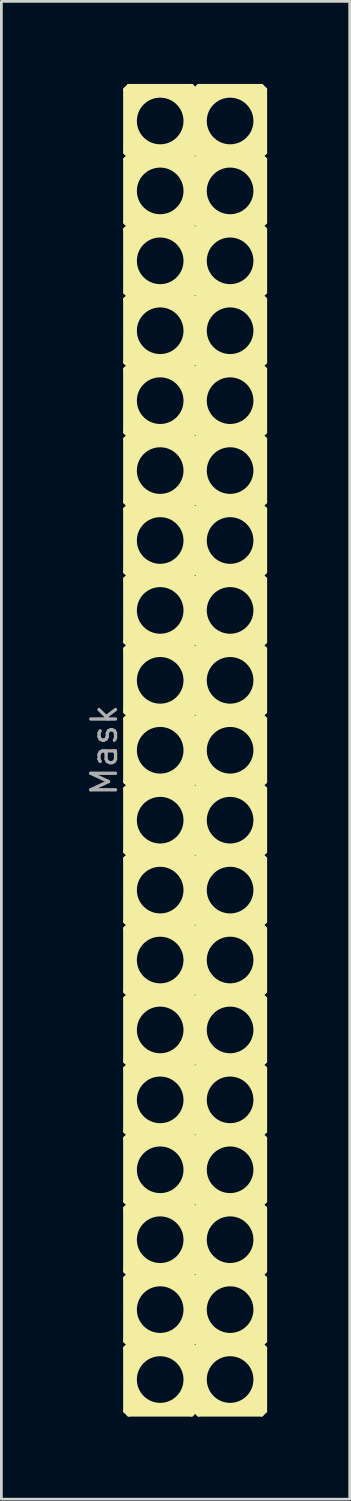
<source format=kicad_pcb>
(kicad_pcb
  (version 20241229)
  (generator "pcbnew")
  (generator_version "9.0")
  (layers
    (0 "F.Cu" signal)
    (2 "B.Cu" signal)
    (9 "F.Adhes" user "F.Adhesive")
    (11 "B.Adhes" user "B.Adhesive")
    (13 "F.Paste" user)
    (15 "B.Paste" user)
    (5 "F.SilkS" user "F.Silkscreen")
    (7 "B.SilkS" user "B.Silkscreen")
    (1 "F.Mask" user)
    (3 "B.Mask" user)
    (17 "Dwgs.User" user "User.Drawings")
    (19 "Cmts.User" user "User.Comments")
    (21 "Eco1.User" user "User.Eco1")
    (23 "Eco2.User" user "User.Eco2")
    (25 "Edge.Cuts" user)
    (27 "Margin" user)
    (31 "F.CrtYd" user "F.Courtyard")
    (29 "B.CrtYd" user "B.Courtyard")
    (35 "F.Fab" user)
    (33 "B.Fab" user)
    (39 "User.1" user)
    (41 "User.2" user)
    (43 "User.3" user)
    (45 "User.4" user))
  (footprint "Mask"
    (layer "F.Cu")
    (at 4.039 24.205)
    (property "Reference" "Mask" (at -3.302 0 90) (layer "F.Fab") (effects (font (size 0.9 0.9) (thickness 0.12))))
    (attr through_hole)
    (fp_line (start -2.54 -24.003) (end -2.413 -24.13) (stroke (width 0.15) (type solid)) (layer "F.SilkS"))
    (fp_line (start -2.54 -21.717) (end -2.54 -24.003) (stroke (width 0.15) (type solid)) (layer "F.SilkS"))
    (fp_line (start -2.54 -21.463) (end -2.413 -21.59) (stroke (width 0.15) (type solid)) (layer "F.SilkS"))
    (fp_line (start -2.54 -19.177) (end -2.54 -21.463) (stroke (width 0.15) (type solid)) (layer "F.SilkS"))
    (fp_line (start -2.54 -18.923) (end -2.413 -19.05) (stroke (width 0.15) (type solid)) (layer "F.SilkS"))
    (fp_line (start -2.54 -16.637) (end -2.54 -18.923) (stroke (width 0.15) (type solid)) (layer "F.SilkS"))
    (fp_line (start -2.54 -16.383) (end -2.413 -16.51) (stroke (width 0.15) (type solid)) (layer "F.SilkS"))
    (fp_line (start -2.54 -14.097) (end -2.54 -16.383) (stroke (width 0.15) (type solid)) (layer "F.SilkS"))
    (fp_line (start -2.54 -13.843) (end -2.413 -13.97) (stroke (width 0.15) (type solid)) (layer "F.SilkS"))
    (fp_line (start -2.54 -11.557) (end -2.54 -13.843) (stroke (width 0.15) (type solid)) (layer "F.SilkS"))
    (fp_line (start -2.54 -11.303) (end -2.413 -11.43) (stroke (width 0.15) (type solid)) (layer "F.SilkS"))
    (fp_line (start -2.54 -9.017) (end -2.54 -11.303) (stroke (width 0.15) (type solid)) (layer "F.SilkS"))
    (fp_line (start -2.54 -8.763) (end -2.413 -8.89) (stroke (width 0.15) (type solid)) (layer "F.SilkS"))
    (fp_line (start -2.54 -6.477) (end -2.54 -8.763) (stroke (width 0.15) (type solid)) (layer "F.SilkS"))
    (fp_line (start -2.54 -6.223) (end -2.413 -6.35) (stroke (width 0.15) (type solid)) (layer "F.SilkS"))
    (fp_line (start -2.54 -3.937) (end -2.54 -6.223) (stroke (width 0.15) (type solid)) (layer "F.SilkS"))
    (fp_line (start -2.54 -3.683) (end -2.413 -3.81) (stroke (width 0.15) (type solid)) (layer "F.SilkS"))
    (fp_line (start -2.54 -1.397) (end -2.54 -3.683) (stroke (width 0.15) (type solid)) (layer "F.SilkS"))
    (fp_line (start -2.54 -1.143) (end -2.413 -1.27) (stroke (width 0.15) (type solid)) (layer "F.SilkS"))
    (fp_line (start -2.54 1.143) (end -2.54 -1.143) (stroke (width 0.15) (type solid)) (layer "F.SilkS"))
    (fp_line (start -2.54 1.397) (end -2.413 1.27) (stroke (width 0.15) (type solid)) (layer "F.SilkS"))
    (fp_line (start -2.54 3.683) (end -2.54 1.397) (stroke (width 0.15) (type solid)) (layer "F.SilkS"))
    (fp_line (start -2.54 3.937) (end -2.413 3.81) (stroke (width 0.15) (type solid)) (layer "F.SilkS"))
    (fp_line (start -2.54 6.223) (end -2.54 3.937) (stroke (width 0.15) (type solid)) (layer "F.SilkS"))
    (fp_line (start -2.54 6.477) (end -2.413 6.35) (stroke (width 0.15) (type solid)) (layer "F.SilkS"))
    (fp_line (start -2.54 8.763) (end -2.54 6.477) (stroke (width 0.15) (type solid)) (layer "F.SilkS"))
    (fp_line (start -2.54 9.017) (end -2.413 8.89) (stroke (width 0.15) (type solid)) (layer "F.SilkS"))
    (fp_line (start -2.54 11.303) (end -2.54 9.017) (stroke (width 0.15) (type solid)) (layer "F.SilkS"))
    (fp_line (start -2.54 11.557) (end -2.413 11.43) (stroke (width 0.15) (type solid)) (layer "F.SilkS"))
    (fp_line (start -2.54 13.843) (end -2.54 11.557) (stroke (width 0.15) (type solid)) (layer "F.SilkS"))
    (fp_line (start -2.54 14.097) (end -2.413 13.97) (stroke (width 0.15) (type solid)) (layer "F.SilkS"))
    (fp_line (start -2.54 16.383) (end -2.54 14.097) (stroke (width 0.15) (type solid)) (layer "F.SilkS"))
    (fp_line (start -2.54 16.637) (end -2.413 16.51) (stroke (width 0.15) (type solid)) (layer "F.SilkS"))
    (fp_line (start -2.54 18.923) (end -2.54 16.637) (stroke (width 0.15) (type solid)) (layer "F.SilkS"))
    (fp_line (start -2.54 19.177) (end -2.413 19.05) (stroke (width 0.15) (type solid)) (layer "F.SilkS"))
    (fp_line (start -2.54 21.463) (end -2.54 19.177) (stroke (width 0.15) (type solid)) (layer "F.SilkS"))
    (fp_line (start -2.54 21.717) (end -2.413 21.59) (stroke (width 0.15) (type solid)) (layer "F.SilkS"))
    (fp_line (start -2.54 24.003) (end -2.54 21.717) (stroke (width 0.15) (type solid)) (layer "F.SilkS"))
    (fp_line (start -2.413 -21.59) (end -2.54 -21.717) (stroke (width 0.15) (type solid)) (layer "F.SilkS"))
    (fp_line (start -2.413 -19.05) (end -2.54 -19.177) (stroke (width 0.15) (type solid)) (layer "F.SilkS"))
    (fp_line (start -2.413 -16.51) (end -2.54 -16.637) (stroke (width 0.15) (type solid)) (layer "F.SilkS"))
    (fp_line (start -2.413 -13.97) (end -2.54 -14.097) (stroke (width 0.15) (type solid)) (layer "F.SilkS"))
    (fp_line (start -2.413 -11.43) (end -2.54 -11.557) (stroke (width 0.15) (type solid)) (layer "F.SilkS"))
    (fp_line (start -2.413 -8.89) (end -2.54 -9.017) (stroke (width 0.15) (type solid)) (layer "F.SilkS"))
    (fp_line (start -2.413 -6.35) (end -2.54 -6.477) (stroke (width 0.15) (type solid)) (layer "F.SilkS"))
    (fp_line (start -2.413 -3.81) (end -2.54 -3.937) (stroke (width 0.15) (type solid)) (layer "F.SilkS"))
    (fp_line (start -2.413 -1.27) (end -2.54 -1.397) (stroke (width 0.15) (type solid)) (layer "F.SilkS"))
    (fp_line (start -2.413 1.27) (end -2.54 1.143) (stroke (width 0.15) (type solid)) (layer "F.SilkS"))
    (fp_line (start -2.413 3.81) (end -2.54 3.683) (stroke (width 0.15) (type solid)) (layer "F.SilkS"))
    (fp_line (start -2.413 6.35) (end -2.54 6.223) (stroke (width 0.15) (type solid)) (layer "F.SilkS"))
    (fp_line (start -2.413 8.89) (end -2.54 8.763) (stroke (width 0.15) (type solid)) (layer "F.SilkS"))
    (fp_line (start -2.413 11.43) (end -2.54 11.303) (stroke (width 0.15) (type solid)) (layer "F.SilkS"))
    (fp_line (start -2.413 13.97) (end -2.54 13.843) (stroke (width 0.15) (type solid)) (layer "F.SilkS"))
    (fp_line (start -2.413 16.51) (end -2.54 16.383) (stroke (width 0.15) (type solid)) (layer "F.SilkS"))
    (fp_line (start -2.413 19.05) (end -2.54 18.923) (stroke (width 0.15) (type solid)) (layer "F.SilkS"))
    (fp_line (start -2.413 21.59) (end -2.54 21.463) (stroke (width 0.15) (type solid)) (layer "F.SilkS"))
    (fp_line (start -2.413 24.13) (end -2.54 24.003) (stroke (width 0.15) (type solid)) (layer "F.SilkS"))
    (fp_line (start -0.127 -24.13) (end -2.413 -24.13) (stroke (width 0.15) (type solid)) (layer "F.SilkS"))
    (fp_line (start -0.127 -21.59) (end -2.413 -21.59) (stroke (width 0.15) (type solid)) (layer "F.SilkS"))
    (fp_line (start -0.127 -19.05) (end -2.413 -19.05) (stroke (width 0.15) (type solid)) (layer "F.SilkS"))
    (fp_line (start -0.127 -16.51) (end -2.413 -16.51) (stroke (width 0.15) (type solid)) (layer "F.SilkS"))
    (fp_line (start -0.127 -13.97) (end -2.413 -13.97) (stroke (width 0.15) (type solid)) (layer "F.SilkS"))
    (fp_line (start -0.127 -11.43) (end -2.413 -11.43) (stroke (width 0.15) (type solid)) (layer "F.SilkS"))
    (fp_line (start -0.127 -8.89) (end -2.413 -8.89) (stroke (width 0.15) (type solid)) (layer "F.SilkS"))
    (fp_line (start -0.127 -6.35) (end -2.413 -6.35) (stroke (width 0.15) (type solid)) (layer "F.SilkS"))
    (fp_line (start -0.127 -3.81) (end -2.413 -3.81) (stroke (width 0.15) (type solid)) (layer "F.SilkS"))
    (fp_line (start -0.127 -1.27) (end -2.413 -1.27) (stroke (width 0.15) (type solid)) (layer "F.SilkS"))
    (fp_line (start -0.127 1.27) (end -2.413 1.27) (stroke (width 0.15) (type solid)) (layer "F.SilkS"))
    (fp_line (start -0.127 3.81) (end -2.413 3.81) (stroke (width 0.15) (type solid)) (layer "F.SilkS"))
    (fp_line (start -0.127 6.35) (end -2.413 6.35) (stroke (width 0.15) (type solid)) (layer "F.SilkS"))
    (fp_line (start -0.127 8.89) (end -2.413 8.89) (stroke (width 0.15) (type solid)) (layer "F.SilkS"))
    (fp_line (start -0.127 11.43) (end -2.413 11.43) (stroke (width 0.15) (type solid)) (layer "F.SilkS"))
    (fp_line (start -0.127 13.97) (end -2.413 13.97) (stroke (width 0.15) (type solid)) (layer "F.SilkS"))
    (fp_line (start -0.127 16.51) (end -2.413 16.51) (stroke (width 0.15) (type solid)) (layer "F.SilkS"))
    (fp_line (start -0.127 19.05) (end -2.413 19.05) (stroke (width 0.15) (type solid)) (layer "F.SilkS"))
    (fp_line (start -0.127 21.59) (end -2.413 21.59) (stroke (width 0.15) (type solid)) (layer "F.SilkS"))
    (fp_line (start -0.127 24.13) (end -2.413 24.13) (stroke (width 0.15) (type solid)) (layer "F.SilkS"))
    (fp_line (start 0 -24.003) (end -0.127 -24.13) (stroke (width 0.15) (type solid)) (layer "F.SilkS"))
    (fp_line (start 0 -24.003) (end 0.127 -24.13) (stroke (width 0.15) (type solid)) (layer "F.SilkS"))
    (fp_line (start 0 -21.717) (end -0.127 -21.59) (stroke (width 0.15) (type solid)) (layer "F.SilkS"))
    (fp_line (start 0 -21.717) (end 0 -24.003) (stroke (width 0.15) (type solid)) (layer "F.SilkS"))
    (fp_line (start 0 -21.717) (end 0.127 -21.59) (stroke (width 0.15) (type solid)) (layer "F.SilkS"))
    (fp_line (start 0 -21.463) (end -0.127 -21.59) (stroke (width 0.15) (type solid)) (layer "F.SilkS"))
    (fp_line (start 0 -21.463) (end 0.127 -21.59) (stroke (width 0.15) (type solid)) (layer "F.SilkS"))
    (fp_line (start 0 -19.177) (end -0.127 -19.05) (stroke (width 0.15) (type solid)) (layer "F.SilkS"))
    (fp_line (start 0 -19.177) (end 0 -21.463) (stroke (width 0.15) (type solid)) (layer "F.SilkS"))
    (fp_line (start 0 -19.177) (end 0.127 -19.05) (stroke (width 0.15) (type solid)) (layer "F.SilkS"))
    (fp_line (start 0 -18.923) (end -0.127 -19.05) (stroke (width 0.15) (type solid)) (layer "F.SilkS"))
    (fp_line (start 0 -18.923) (end 0.127 -19.05) (stroke (width 0.15) (type solid)) (layer "F.SilkS"))
    (fp_line (start 0 -16.637) (end -0.127 -16.51) (stroke (width 0.15) (type solid)) (layer "F.SilkS"))
    (fp_line (start 0 -16.637) (end 0 -18.923) (stroke (width 0.15) (type solid)) (layer "F.SilkS"))
    (fp_line (start 0 -16.637) (end 0.127 -16.51) (stroke (width 0.15) (type solid)) (layer "F.SilkS"))
    (fp_line (start 0 -16.383) (end -0.127 -16.51) (stroke (width 0.15) (type solid)) (layer "F.SilkS"))
    (fp_line (start 0 -16.383) (end 0.127 -16.51) (stroke (width 0.15) (type solid)) (layer "F.SilkS"))
    (fp_line (start 0 -14.097) (end -0.127 -13.97) (stroke (width 0.15) (type solid)) (layer "F.SilkS"))
    (fp_line (start 0 -14.097) (end 0 -16.383) (stroke (width 0.15) (type solid)) (layer "F.SilkS"))
    (fp_line (start 0 -14.097) (end 0.127 -13.97) (stroke (width 0.15) (type solid)) (layer "F.SilkS"))
    (fp_line (start 0 -13.843) (end -0.127 -13.97) (stroke (width 0.15) (type solid)) (layer "F.SilkS"))
    (fp_line (start 0 -13.843) (end 0.127 -13.97) (stroke (width 0.15) (type solid)) (layer "F.SilkS"))
    (fp_line (start 0 -11.557) (end -0.127 -11.43) (stroke (width 0.15) (type solid)) (layer "F.SilkS"))
    (fp_line (start 0 -11.557) (end 0 -13.843) (stroke (width 0.15) (type solid)) (layer "F.SilkS"))
    (fp_line (start 0 -11.557) (end 0.127 -11.43) (stroke (width 0.15) (type solid)) (layer "F.SilkS"))
    (fp_line (start 0 -11.303) (end -0.127 -11.43) (stroke (width 0.15) (type solid)) (layer "F.SilkS"))
    (fp_line (start 0 -11.303) (end 0.127 -11.43) (stroke (width 0.15) (type solid)) (layer "F.SilkS"))
    (fp_line (start 0 -9.017) (end -0.127 -8.89) (stroke (width 0.15) (type solid)) (layer "F.SilkS"))
    (fp_line (start 0 -9.017) (end 0 -11.303) (stroke (width 0.15) (type solid)) (layer "F.SilkS"))
    (fp_line (start 0 -9.017) (end 0.127 -8.89) (stroke (width 0.15) (type solid)) (layer "F.SilkS"))
    (fp_line (start 0 -8.763) (end -0.127 -8.89) (stroke (width 0.15) (type solid)) (layer "F.SilkS"))
    (fp_line (start 0 -8.763) (end 0.127 -8.89) (stroke (width 0.15) (type solid)) (layer "F.SilkS"))
    (fp_line (start 0 -6.477) (end -0.127 -6.35) (stroke (width 0.15) (type solid)) (layer "F.SilkS"))
    (fp_line (start 0 -6.477) (end 0 -8.763) (stroke (width 0.15) (type solid)) (layer "F.SilkS"))
    (fp_line (start 0 -6.477) (end 0.127 -6.35) (stroke (width 0.15) (type solid)) (layer "F.SilkS"))
    (fp_line (start 0 -6.223) (end -0.127 -6.35) (stroke (width 0.15) (type solid)) (layer "F.SilkS"))
    (fp_line (start 0 -6.223) (end 0.127 -6.35) (stroke (width 0.15) (type solid)) (layer "F.SilkS"))
    (fp_line (start 0 -3.937) (end -0.127 -3.81) (stroke (width 0.15) (type solid)) (layer "F.SilkS"))
    (fp_line (start 0 -3.937) (end 0 -6.223) (stroke (width 0.15) (type solid)) (layer "F.SilkS"))
    (fp_line (start 0 -3.937) (end 0.127 -3.81) (stroke (width 0.15) (type solid)) (layer "F.SilkS"))
    (fp_line (start 0 -3.683) (end -0.127 -3.81) (stroke (width 0.15) (type solid)) (layer "F.SilkS"))
    (fp_line (start 0 -3.683) (end 0.127 -3.81) (stroke (width 0.15) (type solid)) (layer "F.SilkS"))
    (fp_line (start 0 -1.397) (end -0.127 -1.27) (stroke (width 0.15) (type solid)) (layer "F.SilkS"))
    (fp_line (start 0 -1.397) (end 0 -3.683) (stroke (width 0.15) (type solid)) (layer "F.SilkS"))
    (fp_line (start 0 -1.397) (end 0.127 -1.27) (stroke (width 0.15) (type solid)) (layer "F.SilkS"))
    (fp_line (start 0 -1.143) (end -0.127 -1.27) (stroke (width 0.15) (type solid)) (layer "F.SilkS"))
    (fp_line (start 0 -1.143) (end 0.127 -1.27) (stroke (width 0.15) (type solid)) (layer "F.SilkS"))
    (fp_line (start 0 1.143) (end -0.127 1.27) (stroke (width 0.15) (type solid)) (layer "F.SilkS"))
    (fp_line (start 0 1.143) (end 0 -1.143) (stroke (width 0.15) (type solid)) (layer "F.SilkS"))
    (fp_line (start 0 1.143) (end 0.127 1.27) (stroke (width 0.15) (type solid)) (layer "F.SilkS"))
    (fp_line (start 0 1.397) (end -0.127 1.27) (stroke (width 0.15) (type solid)) (layer "F.SilkS"))
    (fp_line (start 0 1.397) (end 0.127 1.27) (stroke (width 0.15) (type solid)) (layer "F.SilkS"))
    (fp_line (start 0 3.683) (end -0.127 3.81) (stroke (width 0.15) (type solid)) (layer "F.SilkS"))
    (fp_line (start 0 3.683) (end 0 1.397) (stroke (width 0.15) (type solid)) (layer "F.SilkS"))
    (fp_line (start 0 3.683) (end 0.127 3.81) (stroke (width 0.15) (type solid)) (layer "F.SilkS"))
    (fp_line (start 0 3.937) (end -0.127 3.81) (stroke (width 0.15) (type solid)) (layer "F.SilkS"))
    (fp_line (start 0 3.937) (end 0.127 3.81) (stroke (width 0.15) (type solid)) (layer "F.SilkS"))
    (fp_line (start 0 6.223) (end -0.127 6.35) (stroke (width 0.15) (type solid)) (layer "F.SilkS"))
    (fp_line (start 0 6.223) (end 0 3.937) (stroke (width 0.15) (type solid)) (layer "F.SilkS"))
    (fp_line (start 0 6.223) (end 0.127 6.35) (stroke (width 0.15) (type solid)) (layer "F.SilkS"))
    (fp_line (start 0 6.477) (end -0.127 6.35) (stroke (width 0.15) (type solid)) (layer "F.SilkS"))
    (fp_line (start 0 6.477) (end 0.127 6.35) (stroke (width 0.15) (type solid)) (layer "F.SilkS"))
    (fp_line (start 0 8.763) (end -0.127 8.89) (stroke (width 0.15) (type solid)) (layer "F.SilkS"))
    (fp_line (start 0 8.763) (end 0 6.477) (stroke (width 0.15) (type solid)) (layer "F.SilkS"))
    (fp_line (start 0 8.763) (end 0.127 8.89) (stroke (width 0.15) (type solid)) (layer "F.SilkS"))
    (fp_line (start 0 9.017) (end -0.127 8.89) (stroke (width 0.15) (type solid)) (layer "F.SilkS"))
    (fp_line (start 0 9.017) (end 0.127 8.89) (stroke (width 0.15) (type solid)) (layer "F.SilkS"))
    (fp_line (start 0 11.303) (end -0.127 11.43) (stroke (width 0.15) (type solid)) (layer "F.SilkS"))
    (fp_line (start 0 11.303) (end 0 9.017) (stroke (width 0.15) (type solid)) (layer "F.SilkS"))
    (fp_line (start 0 11.303) (end 0.127 11.43) (stroke (width 0.15) (type solid)) (layer "F.SilkS"))
    (fp_line (start 0 11.557) (end -0.127 11.43) (stroke (width 0.15) (type solid)) (layer "F.SilkS"))
    (fp_line (start 0 11.557) (end 0.127 11.43) (stroke (width 0.15) (type solid)) (layer "F.SilkS"))
    (fp_line (start 0 13.843) (end -0.127 13.97) (stroke (width 0.15) (type solid)) (layer "F.SilkS"))
    (fp_line (start 0 13.843) (end 0 11.557) (stroke (width 0.15) (type solid)) (layer "F.SilkS"))
    (fp_line (start 0 13.843) (end 0.127 13.97) (stroke (width 0.15) (type solid)) (layer "F.SilkS"))
    (fp_line (start 0 14.097) (end -0.127 13.97) (stroke (width 0.15) (type solid)) (layer "F.SilkS"))
    (fp_line (start 0 14.097) (end 0.127 13.97) (stroke (width 0.15) (type solid)) (layer "F.SilkS"))
    (fp_line (start 0 16.383) (end -0.127 16.51) (stroke (width 0.15) (type solid)) (layer "F.SilkS"))
    (fp_line (start 0 16.383) (end 0 14.097) (stroke (width 0.15) (type solid)) (layer "F.SilkS"))
    (fp_line (start 0 16.383) (end 0.127 16.51) (stroke (width 0.15) (type solid)) (layer "F.SilkS"))
    (fp_line (start 0 16.637) (end -0.127 16.51) (stroke (width 0.15) (type solid)) (layer "F.SilkS"))
    (fp_line (start 0 16.637) (end 0.127 16.51) (stroke (width 0.15) (type solid)) (layer "F.SilkS"))
    (fp_line (start 0 18.923) (end -0.127 19.05) (stroke (width 0.15) (type solid)) (layer "F.SilkS"))
    (fp_line (start 0 18.923) (end 0 16.637) (stroke (width 0.15) (type solid)) (layer "F.SilkS"))
    (fp_line (start 0 18.923) (end 0.127 19.05) (stroke (width 0.15) (type solid)) (layer "F.SilkS"))
    (fp_line (start 0 19.177) (end -0.127 19.05) (stroke (width 0.15) (type solid)) (layer "F.SilkS"))
    (fp_line (start 0 19.177) (end 0.127 19.05) (stroke (width 0.15) (type solid)) (layer "F.SilkS"))
    (fp_line (start 0 21.463) (end -0.127 21.59) (stroke (width 0.15) (type solid)) (layer "F.SilkS"))
    (fp_line (start 0 21.463) (end 0 19.177) (stroke (width 0.15) (type solid)) (layer "F.SilkS"))
    (fp_line (start 0 21.463) (end 0.127 21.59) (stroke (width 0.15) (type solid)) (layer "F.SilkS"))
    (fp_line (start 0 21.717) (end -0.127 21.59) (stroke (width 0.15) (type solid)) (layer "F.SilkS"))
    (fp_line (start 0 21.717) (end 0.127 21.59) (stroke (width 0.15) (type solid)) (layer "F.SilkS"))
    (fp_line (start 0 24.003) (end -0.127 24.13) (stroke (width 0.15) (type solid)) (layer "F.SilkS"))
    (fp_line (start 0 24.003) (end 0 21.717) (stroke (width 0.15) (type solid)) (layer "F.SilkS"))
    (fp_line (start 0 24.003) (end 0.127 24.13) (stroke (width 0.15) (type solid)) (layer "F.SilkS"))
    (fp_line (start 0.127 -21.59) (end 2.413 -21.59) (stroke (width 0.15) (type solid)) (layer "F.SilkS"))
    (fp_line (start 0.127 -19.05) (end 2.413 -19.05) (stroke (width 0.15) (type solid)) (layer "F.SilkS"))
    (fp_line (start 0.127 -16.51) (end 2.413 -16.51) (stroke (width 0.15) (type solid)) (layer "F.SilkS"))
    (fp_line (start 0.127 -13.97) (end 2.413 -13.97) (stroke (width 0.15) (type solid)) (layer "F.SilkS"))
    (fp_line (start 0.127 -11.43) (end 2.413 -11.43) (stroke (width 0.15) (type solid)) (layer "F.SilkS"))
    (fp_line (start 0.127 -8.89) (end 2.413 -8.89) (stroke (width 0.15) (type solid)) (layer "F.SilkS"))
    (fp_line (start 0.127 -6.35) (end 2.413 -6.35) (stroke (width 0.15) (type solid)) (layer "F.SilkS"))
    (fp_line (start 0.127 -3.81) (end 2.413 -3.81) (stroke (width 0.15) (type solid)) (layer "F.SilkS"))
    (fp_line (start 0.127 -1.27) (end 2.413 -1.27) (stroke (width 0.15) (type solid)) (layer "F.SilkS"))
    (fp_line (start 0.127 1.27) (end 2.413 1.27) (stroke (width 0.15) (type solid)) (layer "F.SilkS"))
    (fp_line (start 0.127 3.81) (end 2.413 3.81) (stroke (width 0.15) (type solid)) (layer "F.SilkS"))
    (fp_line (start 0.127 6.35) (end 2.413 6.35) (stroke (width 0.15) (type solid)) (layer "F.SilkS"))
    (fp_line (start 0.127 8.89) (end 2.413 8.89) (stroke (width 0.15) (type solid)) (layer "F.SilkS"))
    (fp_line (start 0.127 11.43) (end 2.413 11.43) (stroke (width 0.15) (type solid)) (layer "F.SilkS"))
    (fp_line (start 0.127 13.97) (end 2.413 13.97) (stroke (width 0.15) (type solid)) (layer "F.SilkS"))
    (fp_line (start 0.127 16.51) (end 2.413 16.51) (stroke (width 0.15) (type solid)) (layer "F.SilkS"))
    (fp_line (start 0.127 19.05) (end 2.413 19.05) (stroke (width 0.15) (type solid)) (layer "F.SilkS"))
    (fp_line (start 0.127 21.59) (end 2.413 21.59) (stroke (width 0.15) (type solid)) (layer "F.SilkS"))
    (fp_line (start 0.127 24.13) (end 2.413 24.13) (stroke (width 0.15) (type solid)) (layer "F.SilkS"))
    (fp_line (start 2.413 -24.13) (end 0.127 -24.13) (stroke (width 0.15) (type solid)) (layer "F.SilkS"))
    (fp_line (start 2.413 -21.59) (end 2.54 -21.717) (stroke (width 0.15) (type solid)) (layer "F.SilkS"))
    (fp_line (start 2.413 -19.05) (end 2.54 -19.177) (stroke (width 0.15) (type solid)) (layer "F.SilkS"))
    (fp_line (start 2.413 -16.51) (end 2.54 -16.637) (stroke (width 0.15) (type solid)) (layer "F.SilkS"))
    (fp_line (start 2.413 -13.97) (end 2.54 -14.097) (stroke (width 0.15) (type solid)) (layer "F.SilkS"))
    (fp_line (start 2.413 -11.43) (end 2.54 -11.557) (stroke (width 0.15) (type solid)) (layer "F.SilkS"))
    (fp_line (start 2.413 -8.89) (end 2.54 -9.017) (stroke (width 0.15) (type solid)) (layer "F.SilkS"))
    (fp_line (start 2.413 -6.35) (end 2.54 -6.477) (stroke (width 0.15) (type solid)) (layer "F.SilkS"))
    (fp_line (start 2.413 -3.81) (end 2.54 -3.937) (stroke (width 0.15) (type solid)) (layer "F.SilkS"))
    (fp_line (start 2.413 -1.27) (end 2.54 -1.397) (stroke (width 0.15) (type solid)) (layer "F.SilkS"))
    (fp_line (start 2.413 1.27) (end 2.54 1.143) (stroke (width 0.15) (type solid)) (layer "F.SilkS"))
    (fp_line (start 2.413 3.81) (end 2.54 3.683) (stroke (width 0.15) (type solid)) (layer "F.SilkS"))
    (fp_line (start 2.413 6.35) (end 2.54 6.223) (stroke (width 0.15) (type solid)) (layer "F.SilkS"))
    (fp_line (start 2.413 8.89) (end 2.54 8.763) (stroke (width 0.15) (type solid)) (layer "F.SilkS"))
    (fp_line (start 2.413 11.43) (end 2.54 11.303) (stroke (width 0.15) (type solid)) (layer "F.SilkS"))
    (fp_line (start 2.413 13.97) (end 2.54 13.843) (stroke (width 0.15) (type solid)) (layer "F.SilkS"))
    (fp_line (start 2.413 16.51) (end 2.54 16.383) (stroke (width 0.15) (type solid)) (layer "F.SilkS"))
    (fp_line (start 2.413 19.05) (end 2.54 18.923) (stroke (width 0.15) (type solid)) (layer "F.SilkS"))
    (fp_line (start 2.413 21.59) (end 2.54 21.463) (stroke (width 0.15) (type solid)) (layer "F.SilkS"))
    (fp_line (start 2.413 24.13) (end 2.54 24.003) (stroke (width 0.15) (type solid)) (layer "F.SilkS"))
    (fp_line (start 2.54 -24.003) (end 2.413 -24.13) (stroke (width 0.15) (type solid)) (layer "F.SilkS"))
    (fp_line (start 2.54 -21.717) (end 2.54 -24.003) (stroke (width 0.15) (type solid)) (layer "F.SilkS"))
    (fp_line (start 2.54 -21.463) (end 2.413 -21.59) (stroke (width 0.15) (type solid)) (layer "F.SilkS"))
    (fp_line (start 2.54 -19.177) (end 2.54 -21.463) (stroke (width 0.15) (type solid)) (layer "F.SilkS"))
    (fp_line (start 2.54 -18.923) (end 2.413 -19.05) (stroke (width 0.15) (type solid)) (layer "F.SilkS"))
    (fp_line (start 2.54 -16.637) (end 2.54 -18.923) (stroke (width 0.15) (type solid)) (layer "F.SilkS"))
    (fp_line (start 2.54 -16.383) (end 2.413 -16.51) (stroke (width 0.15) (type solid)) (layer "F.SilkS"))
    (fp_line (start 2.54 -14.097) (end 2.54 -16.383) (stroke (width 0.15) (type solid)) (layer "F.SilkS"))
    (fp_line (start 2.54 -13.843) (end 2.413 -13.97) (stroke (width 0.15) (type solid)) (layer "F.SilkS"))
    (fp_line (start 2.54 -11.557) (end 2.54 -13.843) (stroke (width 0.15) (type solid)) (layer "F.SilkS"))
    (fp_line (start 2.54 -11.303) (end 2.413 -11.43) (stroke (width 0.15) (type solid)) (layer "F.SilkS"))
    (fp_line (start 2.54 -9.017) (end 2.54 -11.303) (stroke (width 0.15) (type solid)) (layer "F.SilkS"))
    (fp_line (start 2.54 -8.763) (end 2.413 -8.89) (stroke (width 0.15) (type solid)) (layer "F.SilkS"))
    (fp_line (start 2.54 -6.477) (end 2.54 -8.763) (stroke (width 0.15) (type solid)) (layer "F.SilkS"))
    (fp_line (start 2.54 -6.223) (end 2.413 -6.35) (stroke (width 0.15) (type solid)) (layer "F.SilkS"))
    (fp_line (start 2.54 -3.937) (end 2.54 -6.223) (stroke (width 0.15) (type solid)) (layer "F.SilkS"))
    (fp_line (start 2.54 -3.683) (end 2.413 -3.81) (stroke (width 0.15) (type solid)) (layer "F.SilkS"))
    (fp_line (start 2.54 -1.397) (end 2.54 -3.683) (stroke (width 0.15) (type solid)) (layer "F.SilkS"))
    (fp_line (start 2.54 -1.143) (end 2.413 -1.27) (stroke (width 0.15) (type solid)) (layer "F.SilkS"))
    (fp_line (start 2.54 1.143) (end 2.54 -1.143) (stroke (width 0.15) (type solid)) (layer "F.SilkS"))
    (fp_line (start 2.54 1.397) (end 2.413 1.27) (stroke (width 0.15) (type solid)) (layer "F.SilkS"))
    (fp_line (start 2.54 3.683) (end 2.54 1.397) (stroke (width 0.15) (type solid)) (layer "F.SilkS"))
    (fp_line (start 2.54 3.937) (end 2.413 3.81) (stroke (width 0.15) (type solid)) (layer "F.SilkS"))
    (fp_line (start 2.54 6.223) (end 2.54 3.937) (stroke (width 0.15) (type solid)) (layer "F.SilkS"))
    (fp_line (start 2.54 6.477) (end 2.413 6.35) (stroke (width 0.15) (type solid)) (layer "F.SilkS"))
    (fp_line (start 2.54 8.763) (end 2.54 6.477) (stroke (width 0.15) (type solid)) (layer "F.SilkS"))
    (fp_line (start 2.54 9.017) (end 2.413 8.89) (stroke (width 0.15) (type solid)) (layer "F.SilkS"))
    (fp_line (start 2.54 11.303) (end 2.54 9.017) (stroke (width 0.15) (type solid)) (layer "F.SilkS"))
    (fp_line (start 2.54 11.557) (end 2.413 11.43) (stroke (width 0.15) (type solid)) (layer "F.SilkS"))
    (fp_line (start 2.54 13.843) (end 2.54 11.557) (stroke (width 0.15) (type solid)) (layer "F.SilkS"))
    (fp_line (start 2.54 14.097) (end 2.413 13.97) (stroke (width 0.15) (type solid)) (layer "F.SilkS"))
    (fp_line (start 2.54 16.383) (end 2.54 14.097) (stroke (width 0.15) (type solid)) (layer "F.SilkS"))
    (fp_line (start 2.54 16.637) (end 2.413 16.51) (stroke (width 0.15) (type solid)) (layer "F.SilkS"))
    (fp_line (start 2.54 18.923) (end 2.54 16.637) (stroke (width 0.15) (type solid)) (layer "F.SilkS"))
    (fp_line (start 2.54 19.177) (end 2.413 19.05) (stroke (width 0.15) (type solid)) (layer "F.SilkS"))
    (fp_line (start 2.54 21.463) (end 2.54 19.177) (stroke (width 0.15) (type solid)) (layer "F.SilkS"))
    (fp_line (start 2.54 21.717) (end 2.413 21.59) (stroke (width 0.15) (type solid)) (layer "F.SilkS"))
    (fp_line (start 2.54 24.003) (end 2.54 21.717) (stroke (width 0.15) (type solid)) (layer "F.SilkS"))
    (fp_circle (center -1.27 -22.86) (end -0.223 -22.86) (stroke (width 0.4) (type solid)) (fill no) (layer "F.SilkS"))
    (fp_circle (center -1.27 -20.32) (end -0.223 -20.32) (stroke (width 0.4) (type solid)) (fill no) (layer "F.SilkS"))
    (fp_circle (center -1.27 -17.78) (end -0.223 -17.78) (stroke (width 0.4) (type solid)) (fill no) (layer "F.SilkS"))
    (fp_circle (center -1.27 -15.24) (end -0.223 -15.24) (stroke (width 0.4) (type solid)) (fill no) (layer "F.SilkS"))
    (fp_circle (center -1.27 -12.7) (end -0.223 -12.7) (stroke (width 0.4) (type solid)) (fill no) (layer "F.SilkS"))
    (fp_circle (center -1.27 -10.16) (end -0.223 -10.16) (stroke (width 0.4) (type solid)) (fill no) (layer "F.SilkS"))
    (fp_circle (center -1.27 -7.62) (end -0.223 -7.62) (stroke (width 0.4) (type solid)) (fill no) (layer "F.SilkS"))
    (fp_circle (center -1.27 -5.08) (end -0.223 -5.08) (stroke (width 0.4) (type solid)) (fill no) (layer "F.SilkS"))
    (fp_circle (center -1.27 -2.54) (end -0.223 -2.54) (stroke (width 0.4) (type solid)) (fill no) (layer "F.SilkS"))
    (fp_circle (center -1.27 0) (end -0.223 0) (stroke (width 0.4) (type solid)) (fill no) (layer "F.SilkS"))
    (fp_circle (center -1.27 2.54) (end -0.223 2.54) (stroke (width 0.4) (type solid)) (fill no) (layer "F.SilkS"))
    (fp_circle (center -1.27 5.08) (end -0.223 5.08) (stroke (width 0.4) (type solid)) (fill no) (layer "F.SilkS"))
    (fp_circle (center -1.27 7.62) (end -0.223 7.62) (stroke (width 0.4) (type solid)) (fill no) (layer "F.SilkS"))
    (fp_circle (center -1.27 10.16) (end -0.223 10.16) (stroke (width 0.4) (type solid)) (fill no) (layer "F.SilkS"))
    (fp_circle (center -1.27 12.7) (end -0.223 12.7) (stroke (width 0.4) (type solid)) (fill no) (layer "F.SilkS"))
    (fp_circle (center -1.27 15.24) (end -0.223 15.24) (stroke (width 0.4) (type solid)) (fill no) (layer "F.SilkS"))
    (fp_circle (center -1.27 17.78) (end -0.223 17.78) (stroke (width 0.4) (type solid)) (fill no) (layer "F.SilkS"))
    (fp_circle (center -1.27 20.32) (end -0.223 20.32) (stroke (width 0.4) (type solid)) (fill no) (layer "F.SilkS"))
    (fp_circle (center -1.27 22.86) (end -0.223 22.86) (stroke (width 0.4) (type solid)) (fill no) (layer "F.SilkS"))
    (fp_circle (center 1.27 -22.86) (end 2.317 -22.86) (stroke (width 0.4) (type solid)) (fill no) (layer "F.SilkS"))
    (fp_circle (center 1.27 -20.32) (end 2.317 -20.32) (stroke (width 0.4) (type solid)) (fill no) (layer "F.SilkS"))
    (fp_circle (center 1.27 -17.78) (end 2.317 -17.78) (stroke (width 0.4) (type solid)) (fill no) (layer "F.SilkS"))
    (fp_circle (center 1.27 -15.24) (end 2.317 -15.24) (stroke (width 0.4) (type solid)) (fill no) (layer "F.SilkS"))
    (fp_circle (center 1.27 -12.7) (end 2.317 -12.7) (stroke (width 0.4) (type solid)) (fill no) (layer "F.SilkS"))
    (fp_circle (center 1.27 -10.16) (end 2.317 -10.16) (stroke (width 0.4) (type solid)) (fill no) (layer "F.SilkS"))
    (fp_circle (center 1.27 -7.62) (end 2.317 -7.62) (stroke (width 0.4) (type solid)) (fill no) (layer "F.SilkS"))
    (fp_circle (center 1.27 -5.08) (end 2.317 -5.08) (stroke (width 0.4) (type solid)) (fill no) (layer "F.SilkS"))
    (fp_circle (center 1.27 -2.54) (end 2.317 -2.54) (stroke (width 0.4) (type solid)) (fill no) (layer "F.SilkS"))
    (fp_circle (center 1.27 0) (end 2.317 0) (stroke (width 0.4) (type solid)) (fill no) (layer "F.SilkS"))
    (fp_circle (center 1.27 2.54) (end 2.317 2.54) (stroke (width 0.4) (type solid)) (fill no) (layer "F.SilkS"))
    (fp_circle (center 1.27 5.08) (end 2.317 5.08) (stroke (width 0.4) (type solid)) (fill no) (layer "F.SilkS"))
    (fp_circle (center 1.27 7.62) (end 2.317 7.62) (stroke (width 0.4) (type solid)) (fill no) (layer "F.SilkS"))
    (fp_circle (center 1.27 10.16) (end 2.317 10.16) (stroke (width 0.4) (type solid)) (fill no) (layer "F.SilkS"))
    (fp_circle (center 1.27 12.7) (end 2.317 12.7) (stroke (width 0.4) (type solid)) (fill no) (layer "F.SilkS"))
    (fp_circle (center 1.27 15.24) (end 2.317 15.24) (stroke (width 0.4) (type solid)) (fill no) (layer "F.SilkS"))
    (fp_circle (center 1.27 17.78) (end 2.317 17.78) (stroke (width 0.4) (type solid)) (fill no) (layer "F.SilkS"))
    (fp_circle (center 1.27 20.32) (end 2.317 20.32) (stroke (width 0.4) (type solid)) (fill no) (layer "F.SilkS"))
    (fp_circle (center 1.27 22.86) (end 2.317 22.86) (stroke (width 0.4) (type solid)) (fill no) (layer "F.SilkS"))
    (fp_poly (pts (xy -2.54 -22.987) (xy -2.54 -24.003) (xy -2.413 -24.13) (xy -1.397 -24.13)) (stroke (width 0.1) (type solid)) (fill yes) (layer "F.SilkS"))
    (fp_poly (pts (xy -2.54 -20.447) (xy -2.54 -21.463) (xy -2.413 -21.59) (xy -1.397 -21.59)) (stroke (width 0.1) (type solid)) (fill yes) (layer "F.SilkS"))
    (fp_poly (pts (xy -2.54 -17.907) (xy -2.54 -18.923) (xy -2.413 -19.05) (xy -1.397 -19.05)) (stroke (width 0.1) (type solid)) (fill yes) (layer "F.SilkS"))
    (fp_poly (pts (xy -2.54 -15.367) (xy -2.54 -16.383) (xy -2.413 -16.51) (xy -1.397 -16.51)) (stroke (width 0.1) (type solid)) (fill yes) (layer "F.SilkS"))
    (fp_poly (pts (xy -2.54 -12.827) (xy -2.54 -13.843) (xy -2.413 -13.97) (xy -1.397 -13.97)) (stroke (width 0.1) (type solid)) (fill yes) (layer "F.SilkS"))
    (fp_poly (pts (xy -2.54 -10.287) (xy -2.54 -11.303) (xy -2.413 -11.43) (xy -1.397 -11.43)) (stroke (width 0.1) (type solid)) (fill yes) (layer "F.SilkS"))
    (fp_poly (pts (xy -2.54 -7.747) (xy -2.54 -8.763) (xy -2.413 -8.89) (xy -1.397 -8.89)) (stroke (width 0.1) (type solid)) (fill yes) (layer "F.SilkS"))
    (fp_poly (pts (xy -2.54 -5.207) (xy -2.54 -6.223) (xy -2.413 -6.35) (xy -1.397 -6.35)) (stroke (width 0.1) (type solid)) (fill yes) (layer "F.SilkS"))
    (fp_poly (pts (xy -2.54 -2.667) (xy -2.54 -3.683) (xy -2.413 -3.81) (xy -1.397 -3.81)) (stroke (width 0.1) (type solid)) (fill yes) (layer "F.SilkS"))
    (fp_poly (pts (xy -2.54 -0.127) (xy -2.54 -1.143) (xy -2.413 -1.27) (xy -1.397 -1.27)) (stroke (width 0.1) (type solid)) (fill yes) (layer "F.SilkS"))
    (fp_poly (pts (xy -2.54 2.413) (xy -2.54 1.397) (xy -2.413 1.27) (xy -1.397 1.27)) (stroke (width 0.1) (type solid)) (fill yes) (layer "F.SilkS"))
    (fp_poly (pts (xy -2.54 4.953) (xy -2.54 3.937) (xy -2.413 3.81) (xy -1.397 3.81)) (stroke (width 0.1) (type solid)) (fill yes) (layer "F.SilkS"))
    (fp_poly (pts (xy -2.54 7.493) (xy -2.54 6.477) (xy -2.413 6.35) (xy -1.397 6.35)) (stroke (width 0.1) (type solid)) (fill yes) (layer "F.SilkS"))
    (fp_poly (pts (xy -2.54 10.033) (xy -2.54 9.017) (xy -2.413 8.89) (xy -1.397 8.89)) (stroke (width 0.1) (type solid)) (fill yes) (layer "F.SilkS"))
    (fp_poly (pts (xy -2.54 12.573) (xy -2.54 11.557) (xy -2.413 11.43) (xy -1.397 11.43)) (stroke (width 0.1) (type solid)) (fill yes) (layer "F.SilkS"))
    (fp_poly (pts (xy -2.54 15.113) (xy -2.54 14.097) (xy -2.413 13.97) (xy -1.397 13.97)) (stroke (width 0.1) (type solid)) (fill yes) (layer "F.SilkS"))
    (fp_poly (pts (xy -2.54 17.653) (xy -2.54 16.637) (xy -2.413 16.51) (xy -1.397 16.51)) (stroke (width 0.1) (type solid)) (fill yes) (layer "F.SilkS"))
    (fp_poly (pts (xy -2.54 20.193) (xy -2.54 19.177) (xy -2.413 19.05) (xy -1.397 19.05)) (stroke (width 0.1) (type solid)) (fill yes) (layer "F.SilkS"))
    (fp_poly (pts (xy -2.54 22.733) (xy -2.54 21.717) (xy -2.413 21.59) (xy -1.397 21.59)) (stroke (width 0.1) (type solid)) (fill yes) (layer "F.SilkS"))
    (fp_poly (pts (xy -1.397 -21.59) (xy -2.413 -21.59) (xy -2.54 -21.717) (xy -2.54 -22.733)) (stroke (width 0.1) (type solid)) (fill yes) (layer "F.SilkS"))
    (fp_poly (pts (xy -1.397 -19.05) (xy -2.413 -19.05) (xy -2.54 -19.177) (xy -2.54 -20.193)) (stroke (width 0.1) (type solid)) (fill yes) (layer "F.SilkS"))
    (fp_poly (pts (xy -1.397 -16.51) (xy -2.413 -16.51) (xy -2.54 -16.637) (xy -2.54 -17.653)) (stroke (width 0.1) (type solid)) (fill yes) (layer "F.SilkS"))
    (fp_poly (pts (xy -1.397 -13.97) (xy -2.413 -13.97) (xy -2.54 -14.097) (xy -2.54 -15.113)) (stroke (width 0.1) (type solid)) (fill yes) (layer "F.SilkS"))
    (fp_poly (pts (xy -1.397 -11.43) (xy -2.413 -11.43) (xy -2.54 -11.557) (xy -2.54 -12.573)) (stroke (width 0.1) (type solid)) (fill yes) (layer "F.SilkS"))
    (fp_poly (pts (xy -1.397 -8.89) (xy -2.413 -8.89) (xy -2.54 -9.017) (xy -2.54 -10.033)) (stroke (width 0.1) (type solid)) (fill yes) (layer "F.SilkS"))
    (fp_poly (pts (xy -1.397 -6.35) (xy -2.413 -6.35) (xy -2.54 -6.477) (xy -2.54 -7.493)) (stroke (width 0.1) (type solid)) (fill yes) (layer "F.SilkS"))
    (fp_poly (pts (xy -1.397 -3.81) (xy -2.413 -3.81) (xy -2.54 -3.937) (xy -2.54 -4.953)) (stroke (width 0.1) (type solid)) (fill yes) (layer "F.SilkS"))
    (fp_poly (pts (xy -1.397 -1.27) (xy -2.413 -1.27) (xy -2.54 -1.397) (xy -2.54 -2.413)) (stroke (width 0.1) (type solid)) (fill yes) (layer "F.SilkS"))
    (fp_poly (pts (xy -1.397 1.27) (xy -2.413 1.27) (xy -2.54 1.143) (xy -2.54 0.127)) (stroke (width 0.1) (type solid)) (fill yes) (layer "F.SilkS"))
    (fp_poly (pts (xy -1.397 3.81) (xy -2.413 3.81) (xy -2.54 3.683) (xy -2.54 2.667)) (stroke (width 0.1) (type solid)) (fill yes) (layer "F.SilkS"))
    (fp_poly (pts (xy -1.397 6.35) (xy -2.413 6.35) (xy -2.54 6.223) (xy -2.54 5.207)) (stroke (width 0.1) (type solid)) (fill yes) (layer "F.SilkS"))
    (fp_poly (pts (xy -1.397 8.89) (xy -2.413 8.89) (xy -2.54 8.763) (xy -2.54 7.747)) (stroke (width 0.1) (type solid)) (fill yes) (layer "F.SilkS"))
    (fp_poly (pts (xy -1.397 11.43) (xy -2.413 11.43) (xy -2.54 11.303) (xy -2.54 10.287)) (stroke (width 0.1) (type solid)) (fill yes) (layer "F.SilkS"))
    (fp_poly (pts (xy -1.397 13.97) (xy -2.413 13.97) (xy -2.54 13.843) (xy -2.54 12.827)) (stroke (width 0.1) (type solid)) (fill yes) (layer "F.SilkS"))
    (fp_poly (pts (xy -1.397 16.51) (xy -2.413 16.51) (xy -2.54 16.383) (xy -2.54 15.367)) (stroke (width 0.1) (type solid)) (fill yes) (layer "F.SilkS"))
    (fp_poly (pts (xy -1.397 19.05) (xy -2.413 19.05) (xy -2.54 18.923) (xy -2.54 17.907)) (stroke (width 0.1) (type solid)) (fill yes) (layer "F.SilkS"))
    (fp_poly (pts (xy -1.397 21.59) (xy -2.413 21.59) (xy -2.54 21.463) (xy -2.54 20.447)) (stroke (width 0.1) (type solid)) (fill yes) (layer "F.SilkS"))
    (fp_poly (pts (xy -1.397 24.13) (xy -2.413 24.13) (xy -2.54 24.003) (xy -2.54 22.987)) (stroke (width 0.1) (type solid)) (fill yes) (layer "F.SilkS"))
    (fp_poly (pts (xy -1.143 -24.13) (xy -0.127 -24.13) (xy 0 -24.003) (xy 0 -22.987)) (stroke (width 0.1) (type solid)) (fill yes) (layer "F.SilkS"))
    (fp_poly (pts (xy -1.143 -21.59) (xy -0.127 -21.59) (xy 0 -21.463) (xy 0 -20.447)) (stroke (width 0.1) (type solid)) (fill yes) (layer "F.SilkS"))
    (fp_poly (pts (xy -1.143 -19.05) (xy -0.127 -19.05) (xy 0 -18.923) (xy 0 -17.907)) (stroke (width 0.1) (type solid)) (fill yes) (layer "F.SilkS"))
    (fp_poly (pts (xy -1.143 -16.51) (xy -0.127 -16.51) (xy 0 -16.383) (xy 0 -15.367)) (stroke (width 0.1) (type solid)) (fill yes) (layer "F.SilkS"))
    (fp_poly (pts (xy -1.143 -13.97) (xy -0.127 -13.97) (xy 0 -13.843) (xy 0 -12.827)) (stroke (width 0.1) (type solid)) (fill yes) (layer "F.SilkS"))
    (fp_poly (pts (xy -1.143 -11.43) (xy -0.127 -11.43) (xy 0 -11.303) (xy 0 -10.287)) (stroke (width 0.1) (type solid)) (fill yes) (layer "F.SilkS"))
    (fp_poly (pts (xy -1.143 -8.89) (xy -0.127 -8.89) (xy 0 -8.763) (xy 0 -7.747)) (stroke (width 0.1) (type solid)) (fill yes) (layer "F.SilkS"))
    (fp_poly (pts (xy -1.143 -6.35) (xy -0.127 -6.35) (xy 0 -6.223) (xy 0 -5.207)) (stroke (width 0.1) (type solid)) (fill yes) (layer "F.SilkS"))
    (fp_poly (pts (xy -1.143 -3.81) (xy -0.127 -3.81) (xy 0 -3.683) (xy 0 -2.667)) (stroke (width 0.1) (type solid)) (fill yes) (layer "F.SilkS"))
    (fp_poly (pts (xy -1.143 -1.27) (xy -0.127 -1.27) (xy 0 -1.143) (xy 0 -0.127)) (stroke (width 0.1) (type solid)) (fill yes) (layer "F.SilkS"))
    (fp_poly (pts (xy -1.143 1.27) (xy -0.127 1.27) (xy 0 1.397) (xy 0 2.413)) (stroke (width 0.1) (type solid)) (fill yes) (layer "F.SilkS"))
    (fp_poly (pts (xy -1.143 3.81) (xy -0.127 3.81) (xy 0 3.937) (xy 0 4.953)) (stroke (width 0.1) (type solid)) (fill yes) (layer "F.SilkS"))
    (fp_poly (pts (xy -1.143 6.35) (xy -0.127 6.35) (xy 0 6.477) (xy 0 7.493)) (stroke (width 0.1) (type solid)) (fill yes) (layer "F.SilkS"))
    (fp_poly (pts (xy -1.143 8.89) (xy -0.127 8.89) (xy 0 9.017) (xy 0 10.033)) (stroke (width 0.1) (type solid)) (fill yes) (layer "F.SilkS"))
    (fp_poly (pts (xy -1.143 11.43) (xy -0.127 11.43) (xy 0 11.557) (xy 0 12.573)) (stroke (width 0.1) (type solid)) (fill yes) (layer "F.SilkS"))
    (fp_poly (pts (xy -1.143 13.97) (xy -0.127 13.97) (xy 0 14.097) (xy 0 15.113)) (stroke (width 0.1) (type solid)) (fill yes) (layer "F.SilkS"))
    (fp_poly (pts (xy -1.143 16.51) (xy -0.127 16.51) (xy 0 16.637) (xy 0 17.653)) (stroke (width 0.1) (type solid)) (fill yes) (layer "F.SilkS"))
    (fp_poly (pts (xy -1.143 19.05) (xy -0.127 19.05) (xy 0 19.177) (xy 0 20.193)) (stroke (width 0.1) (type solid)) (fill yes) (layer "F.SilkS"))
    (fp_poly (pts (xy -1.143 21.59) (xy -0.127 21.59) (xy 0 21.717) (xy 0 22.733)) (stroke (width 0.1) (type solid)) (fill yes) (layer "F.SilkS"))
    (fp_poly (pts (xy 0 -22.987) (xy 0 -24.003) (xy 0.127 -24.13) (xy 1.143 -24.13)) (stroke (width 0.1) (type solid)) (fill yes) (layer "F.SilkS"))
    (fp_poly (pts (xy 0 -22.733) (xy 0 -21.717) (xy -0.127 -21.59) (xy -1.143 -21.59)) (stroke (width 0.1) (type solid)) (fill yes) (layer "F.SilkS"))
    (fp_poly (pts (xy 0 -20.447) (xy 0 -21.463) (xy 0.127 -21.59) (xy 1.143 -21.59)) (stroke (width 0.1) (type solid)) (fill yes) (layer "F.SilkS"))
    (fp_poly (pts (xy 0 -20.193) (xy 0 -19.177) (xy -0.127 -19.05) (xy -1.143 -19.05)) (stroke (width 0.1) (type solid)) (fill yes) (layer "F.SilkS"))
    (fp_poly (pts (xy 0 -17.907) (xy 0 -18.923) (xy 0.127 -19.05) (xy 1.143 -19.05)) (stroke (width 0.1) (type solid)) (fill yes) (layer "F.SilkS"))
    (fp_poly (pts (xy 0 -17.653) (xy 0 -16.637) (xy -0.127 -16.51) (xy -1.143 -16.51)) (stroke (width 0.1) (type solid)) (fill yes) (layer "F.SilkS"))
    (fp_poly (pts (xy 0 -15.367) (xy 0 -16.383) (xy 0.127 -16.51) (xy 1.143 -16.51)) (stroke (width 0.1) (type solid)) (fill yes) (layer "F.SilkS"))
    (fp_poly (pts (xy 0 -15.113) (xy 0 -14.097) (xy -0.127 -13.97) (xy -1.143 -13.97)) (stroke (width 0.1) (type solid)) (fill yes) (layer "F.SilkS"))
    (fp_poly (pts (xy 0 -12.827) (xy 0 -13.843) (xy 0.127 -13.97) (xy 1.143 -13.97)) (stroke (width 0.1) (type solid)) (fill yes) (layer "F.SilkS"))
    (fp_poly (pts (xy 0 -12.573) (xy 0 -11.557) (xy -0.127 -11.43) (xy -1.143 -11.43)) (stroke (width 0.1) (type solid)) (fill yes) (layer "F.SilkS"))
    (fp_poly (pts (xy 0 -10.287) (xy 0 -11.303) (xy 0.127 -11.43) (xy 1.143 -11.43)) (stroke (width 0.1) (type solid)) (fill yes) (layer "F.SilkS"))
    (fp_poly (pts (xy 0 -10.033) (xy 0 -9.017) (xy -0.127 -8.89) (xy -1.143 -8.89)) (stroke (width 0.1) (type solid)) (fill yes) (layer "F.SilkS"))
    (fp_poly (pts (xy 0 -7.747) (xy 0 -8.763) (xy 0.127 -8.89) (xy 1.143 -8.89)) (stroke (width 0.1) (type solid)) (fill yes) (layer "F.SilkS"))
    (fp_poly (pts (xy 0 -7.493) (xy 0 -6.477) (xy -0.127 -6.35) (xy -1.143 -6.35)) (stroke (width 0.1) (type solid)) (fill yes) (layer "F.SilkS"))
    (fp_poly (pts (xy 0 -5.207) (xy 0 -6.223) (xy 0.127 -6.35) (xy 1.143 -6.35)) (stroke (width 0.1) (type solid)) (fill yes) (layer "F.SilkS"))
    (fp_poly (pts (xy 0 -4.953) (xy 0 -3.937) (xy -0.127 -3.81) (xy -1.143 -3.81)) (stroke (width 0.1) (type solid)) (fill yes) (layer "F.SilkS"))
    (fp_poly (pts (xy 0 -2.667) (xy 0 -3.683) (xy 0.127 -3.81) (xy 1.143 -3.81)) (stroke (width 0.1) (type solid)) (fill yes) (layer "F.SilkS"))
    (fp_poly (pts (xy 0 -2.413) (xy 0 -1.397) (xy -0.127 -1.27) (xy -1.143 -1.27)) (stroke (width 0.1) (type solid)) (fill yes) (layer "F.SilkS"))
    (fp_poly (pts (xy 0 -0.127) (xy 0 -1.143) (xy 0.127 -1.27) (xy 1.143 -1.27)) (stroke (width 0.1) (type solid)) (fill yes) (layer "F.SilkS"))
    (fp_poly (pts (xy 0 0.127) (xy 0 1.143) (xy -0.127 1.27) (xy -1.143 1.27)) (stroke (width 0.1) (type solid)) (fill yes) (layer "F.SilkS"))
    (fp_poly (pts (xy 0 2.413) (xy 0 1.397) (xy 0.127 1.27) (xy 1.143 1.27)) (stroke (width 0.1) (type solid)) (fill yes) (layer "F.SilkS"))
    (fp_poly (pts (xy 0 2.667) (xy 0 3.683) (xy -0.127 3.81) (xy -1.143 3.81)) (stroke (width 0.1) (type solid)) (fill yes) (layer "F.SilkS"))
    (fp_poly (pts (xy 0 4.953) (xy 0 3.937) (xy 0.127 3.81) (xy 1.143 3.81)) (stroke (width 0.1) (type solid)) (fill yes) (layer "F.SilkS"))
    (fp_poly (pts (xy 0 5.207) (xy 0 6.223) (xy -0.127 6.35) (xy -1.143 6.35)) (stroke (width 0.1) (type solid)) (fill yes) (layer "F.SilkS"))
    (fp_poly (pts (xy 0 7.493) (xy 0 6.477) (xy 0.127 6.35) (xy 1.143 6.35)) (stroke (width 0.1) (type solid)) (fill yes) (layer "F.SilkS"))
    (fp_poly (pts (xy 0 7.747) (xy 0 8.763) (xy -0.127 8.89) (xy -1.143 8.89)) (stroke (width 0.1) (type solid)) (fill yes) (layer "F.SilkS"))
    (fp_poly (pts (xy 0 10.033) (xy 0 9.017) (xy 0.127 8.89) (xy 1.143 8.89)) (stroke (width 0.1) (type solid)) (fill yes) (layer "F.SilkS"))
    (fp_poly (pts (xy 0 10.287) (xy 0 11.303) (xy -0.127 11.43) (xy -1.143 11.43)) (stroke (width 0.1) (type solid)) (fill yes) (layer "F.SilkS"))
    (fp_poly (pts (xy 0 12.573) (xy 0 11.557) (xy 0.127 11.43) (xy 1.143 11.43)) (stroke (width 0.1) (type solid)) (fill yes) (layer "F.SilkS"))
    (fp_poly (pts (xy 0 12.827) (xy 0 13.843) (xy -0.127 13.97) (xy -1.143 13.97)) (stroke (width 0.1) (type solid)) (fill yes) (layer "F.SilkS"))
    (fp_poly (pts (xy 0 15.113) (xy 0 14.097) (xy 0.127 13.97) (xy 1.143 13.97)) (stroke (width 0.1) (type solid)) (fill yes) (layer "F.SilkS"))
    (fp_poly (pts (xy 0 15.367) (xy 0 16.383) (xy -0.127 16.51) (xy -1.143 16.51)) (stroke (width 0.1) (type solid)) (fill yes) (layer "F.SilkS"))
    (fp_poly (pts (xy 0 17.653) (xy 0 16.637) (xy 0.127 16.51) (xy 1.143 16.51)) (stroke (width 0.1) (type solid)) (fill yes) (layer "F.SilkS"))
    (fp_poly (pts (xy 0 17.907) (xy 0 18.923) (xy -0.127 19.05) (xy -1.143 19.05)) (stroke (width 0.1) (type solid)) (fill yes) (layer "F.SilkS"))
    (fp_poly (pts (xy 0 20.193) (xy 0 19.177) (xy 0.127 19.05) (xy 1.143 19.05)) (stroke (width 0.1) (type solid)) (fill yes) (layer "F.SilkS"))
    (fp_poly (pts (xy 0 20.447) (xy 0 21.463) (xy -0.127 21.59) (xy -1.143 21.59)) (stroke (width 0.1) (type solid)) (fill yes) (layer "F.SilkS"))
    (fp_poly (pts (xy 0 22.733) (xy 0 21.717) (xy 0.127 21.59) (xy 1.143 21.59)) (stroke (width 0.1) (type solid)) (fill yes) (layer "F.SilkS"))
    (fp_poly (pts (xy 0 22.987) (xy 0 24.003) (xy -0.127 24.13) (xy -1.143 24.13)) (stroke (width 0.1) (type solid)) (fill yes) (layer "F.SilkS"))
    (fp_poly (pts (xy 1.143 -21.59) (xy 0.127 -21.59) (xy 0 -21.717) (xy 0 -22.733)) (stroke (width 0.1) (type solid)) (fill yes) (layer "F.SilkS"))
    (fp_poly (pts (xy 1.143 -19.05) (xy 0.127 -19.05) (xy 0 -19.177) (xy 0 -20.193)) (stroke (width 0.1) (type solid)) (fill yes) (layer "F.SilkS"))
    (fp_poly (pts (xy 1.143 -16.51) (xy 0.127 -16.51) (xy 0 -16.637) (xy 0 -17.653)) (stroke (width 0.1) (type solid)) (fill yes) (layer "F.SilkS"))
    (fp_poly (pts (xy 1.143 -13.97) (xy 0.127 -13.97) (xy 0 -14.097) (xy 0 -15.113)) (stroke (width 0.1) (type solid)) (fill yes) (layer "F.SilkS"))
    (fp_poly (pts (xy 1.143 -11.43) (xy 0.127 -11.43) (xy 0 -11.557) (xy 0 -12.573)) (stroke (width 0.1) (type solid)) (fill yes) (layer "F.SilkS"))
    (fp_poly (pts (xy 1.143 -8.89) (xy 0.127 -8.89) (xy 0 -9.017) (xy 0 -10.033)) (stroke (width 0.1) (type solid)) (fill yes) (layer "F.SilkS"))
    (fp_poly (pts (xy 1.143 -6.35) (xy 0.127 -6.35) (xy 0 -6.477) (xy 0 -7.493)) (stroke (width 0.1) (type solid)) (fill yes) (layer "F.SilkS"))
    (fp_poly (pts (xy 1.143 -3.81) (xy 0.127 -3.81) (xy 0 -3.937) (xy 0 -4.953)) (stroke (width 0.1) (type solid)) (fill yes) (layer "F.SilkS"))
    (fp_poly (pts (xy 1.143 -1.27) (xy 0.127 -1.27) (xy 0 -1.397) (xy 0 -2.413)) (stroke (width 0.1) (type solid)) (fill yes) (layer "F.SilkS"))
    (fp_poly (pts (xy 1.143 1.27) (xy 0.127 1.27) (xy 0 1.143) (xy 0 0.127)) (stroke (width 0.1) (type solid)) (fill yes) (layer "F.SilkS"))
    (fp_poly (pts (xy 1.143 3.81) (xy 0.127 3.81) (xy 0 3.683) (xy 0 2.667)) (stroke (width 0.1) (type solid)) (fill yes) (layer "F.SilkS"))
    (fp_poly (pts (xy 1.143 6.35) (xy 0.127 6.35) (xy 0 6.223) (xy 0 5.207)) (stroke (width 0.1) (type solid)) (fill yes) (layer "F.SilkS"))
    (fp_poly (pts (xy 1.143 8.89) (xy 0.127 8.89) (xy 0 8.763) (xy 0 7.747)) (stroke (width 0.1) (type solid)) (fill yes) (layer "F.SilkS"))
    (fp_poly (pts (xy 1.143 11.43) (xy 0.127 11.43) (xy 0 11.303) (xy 0 10.287)) (stroke (width 0.1) (type solid)) (fill yes) (layer "F.SilkS"))
    (fp_poly (pts (xy 1.143 13.97) (xy 0.127 13.97) (xy 0 13.843) (xy 0 12.827)) (stroke (width 0.1) (type solid)) (fill yes) (layer "F.SilkS"))
    (fp_poly (pts (xy 1.143 16.51) (xy 0.127 16.51) (xy 0 16.383) (xy 0 15.367)) (stroke (width 0.1) (type solid)) (fill yes) (layer "F.SilkS"))
    (fp_poly (pts (xy 1.143 19.05) (xy 0.127 19.05) (xy 0 18.923) (xy 0 17.907)) (stroke (width 0.1) (type solid)) (fill yes) (layer "F.SilkS"))
    (fp_poly (pts (xy 1.143 21.59) (xy 0.127 21.59) (xy 0 21.463) (xy 0 20.447)) (stroke (width 0.1) (type solid)) (fill yes) (layer "F.SilkS"))
    (fp_poly (pts (xy 1.143 24.13) (xy 0.127 24.13) (xy 0 24.003) (xy 0 22.987)) (stroke (width 0.1) (type solid)) (fill yes) (layer "F.SilkS"))
    (fp_poly (pts (xy 1.397 -24.13) (xy 2.413 -24.13) (xy 2.54 -24.003) (xy 2.54 -22.987)) (stroke (width 0.1) (type solid)) (fill yes) (layer "F.SilkS"))
    (fp_poly (pts (xy 1.397 -21.59) (xy 2.413 -21.59) (xy 2.54 -21.463) (xy 2.54 -20.447)) (stroke (width 0.1) (type solid)) (fill yes) (layer "F.SilkS"))
    (fp_poly (pts (xy 1.397 -19.05) (xy 2.413 -19.05) (xy 2.54 -18.923) (xy 2.54 -17.907)) (stroke (width 0.1) (type solid)) (fill yes) (layer "F.SilkS"))
    (fp_poly (pts (xy 1.397 -16.51) (xy 2.413 -16.51) (xy 2.54 -16.383) (xy 2.54 -15.367)) (stroke (width 0.1) (type solid)) (fill yes) (layer "F.SilkS"))
    (fp_poly (pts (xy 1.397 -13.97) (xy 2.413 -13.97) (xy 2.54 -13.843) (xy 2.54 -12.827)) (stroke (width 0.1) (type solid)) (fill yes) (layer "F.SilkS"))
    (fp_poly (pts (xy 1.397 -11.43) (xy 2.413 -11.43) (xy 2.54 -11.303) (xy 2.54 -10.287)) (stroke (width 0.1) (type solid)) (fill yes) (layer "F.SilkS"))
    (fp_poly (pts (xy 1.397 -8.89) (xy 2.413 -8.89) (xy 2.54 -8.763) (xy 2.54 -7.747)) (stroke (width 0.1) (type solid)) (fill yes) (layer "F.SilkS"))
    (fp_poly (pts (xy 1.397 -6.35) (xy 2.413 -6.35) (xy 2.54 -6.223) (xy 2.54 -5.207)) (stroke (width 0.1) (type solid)) (fill yes) (layer "F.SilkS"))
    (fp_poly (pts (xy 1.397 -3.81) (xy 2.413 -3.81) (xy 2.54 -3.683) (xy 2.54 -2.667)) (stroke (width 0.1) (type solid)) (fill yes) (layer "F.SilkS"))
    (fp_poly (pts (xy 1.397 -1.27) (xy 2.413 -1.27) (xy 2.54 -1.143) (xy 2.54 -0.127)) (stroke (width 0.1) (type solid)) (fill yes) (layer "F.SilkS"))
    (fp_poly (pts (xy 1.397 1.27) (xy 2.413 1.27) (xy 2.54 1.397) (xy 2.54 2.413)) (stroke (width 0.1) (type solid)) (fill yes) (layer "F.SilkS"))
    (fp_poly (pts (xy 1.397 3.81) (xy 2.413 3.81) (xy 2.54 3.937) (xy 2.54 4.953)) (stroke (width 0.1) (type solid)) (fill yes) (layer "F.SilkS"))
    (fp_poly (pts (xy 1.397 6.35) (xy 2.413 6.35) (xy 2.54 6.477) (xy 2.54 7.493)) (stroke (width 0.1) (type solid)) (fill yes) (layer "F.SilkS"))
    (fp_poly (pts (xy 1.397 8.89) (xy 2.413 8.89) (xy 2.54 9.017) (xy 2.54 10.033)) (stroke (width 0.1) (type solid)) (fill yes) (layer "F.SilkS"))
    (fp_poly (pts (xy 1.397 11.43) (xy 2.413 11.43) (xy 2.54 11.557) (xy 2.54 12.573)) (stroke (width 0.1) (type solid)) (fill yes) (layer "F.SilkS"))
    (fp_poly (pts (xy 1.397 13.97) (xy 2.413 13.97) (xy 2.54 14.097) (xy 2.54 15.113)) (stroke (width 0.1) (type solid)) (fill yes) (layer "F.SilkS"))
    (fp_poly (pts (xy 1.397 16.51) (xy 2.413 16.51) (xy 2.54 16.637) (xy 2.54 17.653)) (stroke (width 0.1) (type solid)) (fill yes) (layer "F.SilkS"))
    (fp_poly (pts (xy 1.397 19.05) (xy 2.413 19.05) (xy 2.54 19.177) (xy 2.54 20.193)) (stroke (width 0.1) (type solid)) (fill yes) (layer "F.SilkS"))
    (fp_poly (pts (xy 1.397 21.59) (xy 2.413 21.59) (xy 2.54 21.717) (xy 2.54 22.733)) (stroke (width 0.1) (type solid)) (fill yes) (layer "F.SilkS"))
    (fp_poly (pts (xy 2.54 -22.733) (xy 2.54 -21.717) (xy 2.413 -21.59) (xy 1.397 -21.59)) (stroke (width 0.1) (type solid)) (fill yes) (layer "F.SilkS"))
    (fp_poly (pts (xy 2.54 -20.193) (xy 2.54 -19.177) (xy 2.413 -19.05) (xy 1.397 -19.05)) (stroke (width 0.1) (type solid)) (fill yes) (layer "F.SilkS"))
    (fp_poly (pts (xy 2.54 -17.653) (xy 2.54 -16.637) (xy 2.413 -16.51) (xy 1.397 -16.51)) (stroke (width 0.1) (type solid)) (fill yes) (layer "F.SilkS"))
    (fp_poly (pts (xy 2.54 -15.113) (xy 2.54 -14.097) (xy 2.413 -13.97) (xy 1.397 -13.97)) (stroke (width 0.1) (type solid)) (fill yes) (layer "F.SilkS"))
    (fp_poly (pts (xy 2.54 -12.573) (xy 2.54 -11.557) (xy 2.413 -11.43) (xy 1.397 -11.43)) (stroke (width 0.1) (type solid)) (fill yes) (layer "F.SilkS"))
    (fp_poly (pts (xy 2.54 -10.033) (xy 2.54 -9.017) (xy 2.413 -8.89) (xy 1.397 -8.89)) (stroke (width 0.1) (type solid)) (fill yes) (layer "F.SilkS"))
    (fp_poly (pts (xy 2.54 -7.493) (xy 2.54 -6.477) (xy 2.413 -6.35) (xy 1.397 -6.35)) (stroke (width 0.1) (type solid)) (fill yes) (layer "F.SilkS"))
    (fp_poly (pts (xy 2.54 -4.953) (xy 2.54 -3.937) (xy 2.413 -3.81) (xy 1.397 -3.81)) (stroke (width 0.1) (type solid)) (fill yes) (layer "F.SilkS"))
    (fp_poly (pts (xy 2.54 -2.413) (xy 2.54 -1.397) (xy 2.413 -1.27) (xy 1.397 -1.27)) (stroke (width 0.1) (type solid)) (fill yes) (layer "F.SilkS"))
    (fp_poly (pts (xy 2.54 0.127) (xy 2.54 1.143) (xy 2.413 1.27) (xy 1.397 1.27)) (stroke (width 0.1) (type solid)) (fill yes) (layer "F.SilkS"))
    (fp_poly (pts (xy 2.54 2.667) (xy 2.54 3.683) (xy 2.413 3.81) (xy 1.397 3.81)) (stroke (width 0.1) (type solid)) (fill yes) (layer "F.SilkS"))
    (fp_poly (pts (xy 2.54 5.207) (xy 2.54 6.223) (xy 2.413 6.35) (xy 1.397 6.35)) (stroke (width 0.1) (type solid)) (fill yes) (layer "F.SilkS"))
    (fp_poly (pts (xy 2.54 7.747) (xy 2.54 8.763) (xy 2.413 8.89) (xy 1.397 8.89)) (stroke (width 0.1) (type solid)) (fill yes) (layer "F.SilkS"))
    (fp_poly (pts (xy 2.54 10.287) (xy 2.54 11.303) (xy 2.413 11.43) (xy 1.397 11.43)) (stroke (width 0.1) (type solid)) (fill yes) (layer "F.SilkS"))
    (fp_poly (pts (xy 2.54 12.827) (xy 2.54 13.843) (xy 2.413 13.97) (xy 1.397 13.97)) (stroke (width 0.1) (type solid)) (fill yes) (layer "F.SilkS"))
    (fp_poly (pts (xy 2.54 15.367) (xy 2.54 16.383) (xy 2.413 16.51) (xy 1.397 16.51)) (stroke (width 0.1) (type solid)) (fill yes) (layer "F.SilkS"))
    (fp_poly (pts (xy 2.54 17.907) (xy 2.54 18.923) (xy 2.413 19.05) (xy 1.397 19.05)) (stroke (width 0.1) (type solid)) (fill yes) (layer "F.SilkS"))
    (fp_poly (pts (xy 2.54 20.447) (xy 2.54 21.463) (xy 2.413 21.59) (xy 1.397 21.59)) (stroke (width 0.1) (type solid)) (fill yes) (layer "F.SilkS"))
    (fp_poly (pts (xy 2.54 22.987) (xy 2.54 24.003) (xy 2.413 24.13) (xy 1.397 24.13)) (stroke (width 0.1) (type solid)) (fill yes) (layer "F.SilkS")))
  (gr_rect
    (start -3 -3)
    (end 9.654 51.41)
    (stroke (width 0.1) (type default))
    (fill no)
    (layer "Edge.Cuts")))
</source>
